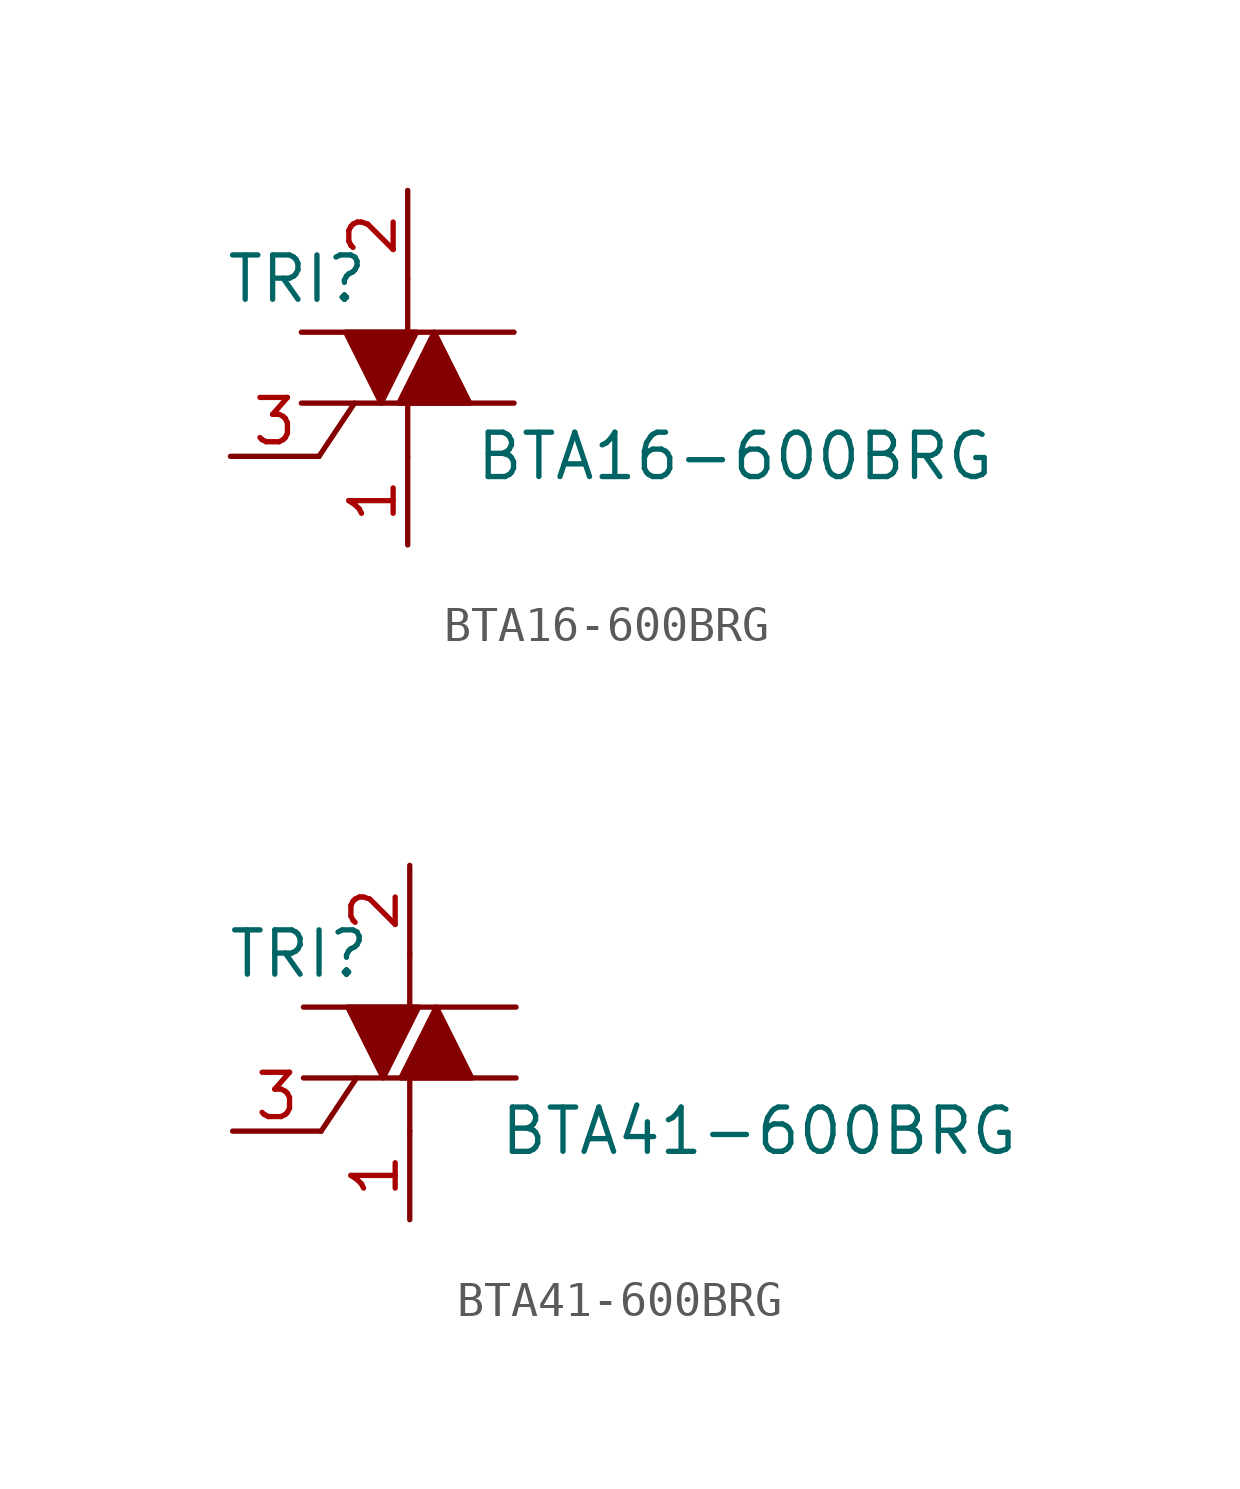
<source format=kicad_sym>
(kicad_symbol_lib
  (version 20220914)
  (generator kicad_symbol_editor)
  (symbol "BTA16-600BRG"
    (pin_names
      (offset 0) hide)
    (property "Reference" "TRI"
      (at -3.175 2.54 0)
      (effects (font (size 1.27 1.27))))
    (property "Value" "BTA16-600BRG"
      (at 1.905 -2.54 0)
      (effects (font (size 1.27 1.27)) (justify left)))
    (symbol "BTA16-600BRG_0_1"
      (polyline (pts (xy -3.048 1.016) (xy 3.048 1.016)) (stroke (width 0) (type default)) (fill (type none)))
      (polyline (pts (xy -2.54 -2.54) (xy -1.524 -1.016)) (stroke (width 0) (type default)) (fill (type none)))
      (polyline (pts (xy 0 -2.54) (xy 0 -1.016)) (stroke (width 0) (type default)) (fill (type none)))
      (polyline (pts (xy 0 2.54) (xy 0 1.016)) (stroke (width 0) (type default)) (fill (type none)))
      (polyline (pts (xy 3.048 -1.016) (xy -3.048 -1.016)) (stroke (width 0) (type default)) (fill (type none)))
      (polyline (pts (xy -0.762 -1.016) (xy -1.778 1.016) (xy 0.254 1.016) (xy -0.762 -1.016)) (stroke (width 0) (type default)) (fill (type outline)))
      (polyline (pts (xy 0.762 1.016) (xy -0.254 -1.016) (xy 1.778 -1.016) (xy 0.762 1.016)) (stroke (width 0) (type default)) (fill (type outline))))
    (symbol "BTA16-600BRG_1_1"
      (pin passive line (at 0 -5.08 90) (length 2.54) (name "A1" (effects (font (size 1.27 1.27)))) (number "1" (effects (font (size 1.27 1.27)))))
      (pin passive line (at 0 5.08 270) (length 2.54) (name "A2" (effects (font (size 1.27 1.27)))) (number "2" (effects (font (size 1.27 1.27)))))
      (pin input line (at -5.08 -2.54 0) (length 2.54) (name "G" (effects (font (size 1.27 1.27)))) (number "3" (effects (font (size 1.27 1.27)))))))
  (symbol "BTA41-600BRG"
    (pin_names
      (offset 0) hide)
    (property "Reference" "TRI"
      (at -3.175 2.54 0)
      (effects (font (size 1.27 1.27))))
    (property "Value" "BTA41-600BRG"
      (at 2.54 -2.54 0)
      (effects (font (size 1.27 1.27)) (justify left)))
    (symbol "BTA41-600BRG_0_1"
      (polyline (pts (xy -3.048 1.016) (xy 3.048 1.016)) (stroke (width 0) (type default)) (fill (type none)))
      (polyline (pts (xy -2.54 -2.54) (xy -1.524 -1.016)) (stroke (width 0) (type default)) (fill (type none)))
      (polyline (pts (xy 0 -2.54) (xy 0 -1.016)) (stroke (width 0) (type default)) (fill (type none)))
      (polyline (pts (xy 0 2.54) (xy 0 1.016)) (stroke (width 0) (type default)) (fill (type none)))
      (polyline (pts (xy 3.048 -1.016) (xy -3.048 -1.016)) (stroke (width 0) (type default)) (fill (type none)))
      (polyline (pts (xy -0.762 -1.016) (xy -1.778 1.016) (xy 0.254 1.016) (xy -0.762 -1.016)) (stroke (width 0) (type default)) (fill (type outline)))
      (polyline (pts (xy 0.762 1.016) (xy -0.254 -1.016) (xy 1.778 -1.016) (xy 0.762 1.016)) (stroke (width 0) (type default)) (fill (type outline))))
    (symbol "BTA41-600BRG_1_1"
      (pin passive line (at 0 -5.08 90) (length 2.54) (name "A1" (effects (font (size 1.27 1.27)))) (number "1" (effects (font (size 1.27 1.27)))))
      (pin passive line (at 0 5.08 270) (length 2.54) (name "A2" (effects (font (size 1.27 1.27)))) (number "2" (effects (font (size 1.27 1.27)))))
      (pin input line (at -5.08 -2.54 0) (length 2.54) (name "G" (effects (font (size 1.27 1.27)))) (number "3" (effects (font (size 1.27 1.27))))))))
</source>
